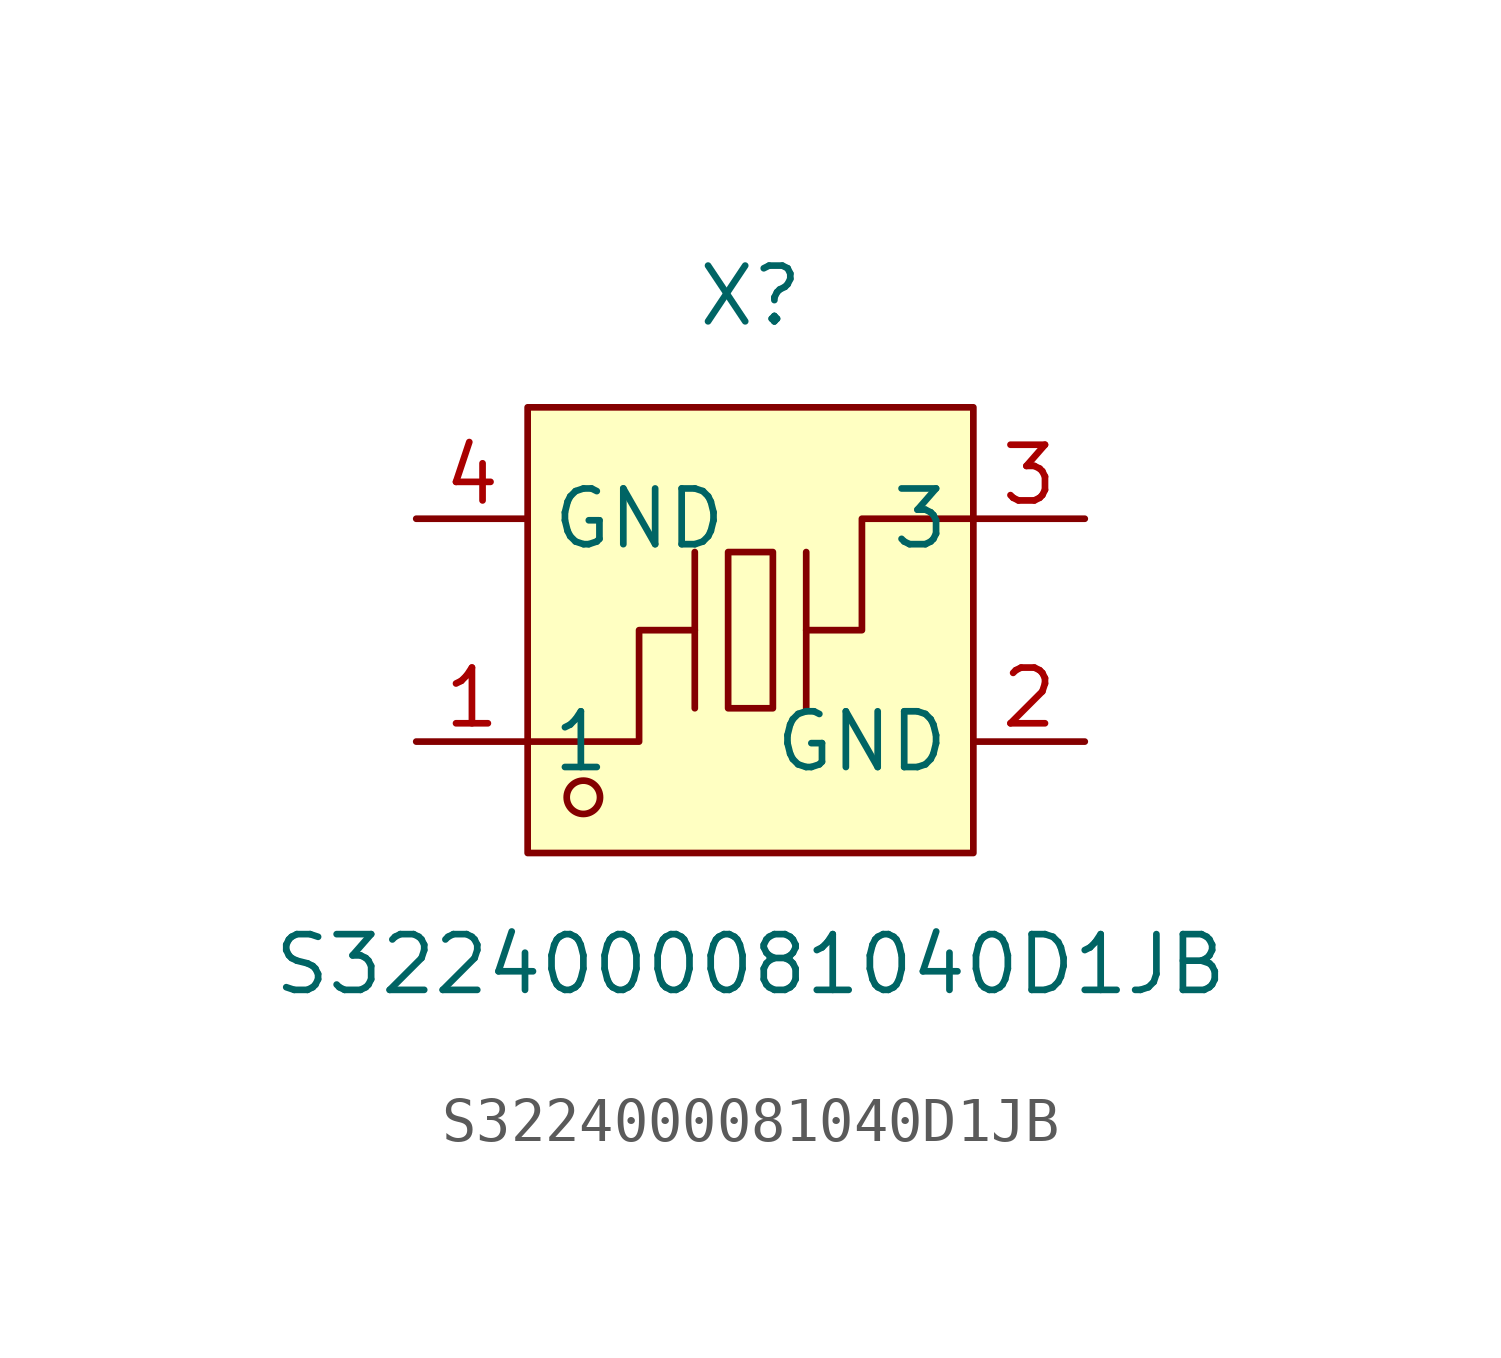
<source format=kicad_sym>
(kicad_symbol_lib
  (version 20211014)
  (generator https://github.com/uPesy/easyeda2kicad.py)
  (symbol "S3224000081040D1JB"
    (property "Reference" "X"
      (at 0 7.62 0)
      (effects (font (size 1.27 1.27))))
    (property "Value" "S3224000081040D1JB"
      (at 0 -7.62 0)
      (effects (font (size 1.27 1.27))))
    (symbol "S3224000081040D1JB_0_1"
      (rectangle (start -5.08 5.08) (end 5.08 -5.08) (stroke (width 0) (type default) (color 0 0 0 0)) (fill (type background)))
      (rectangle (start -0.51 1.78) (end 0.51 -1.78) (stroke (width 0) (type default) (color 0 0 0 0)) (fill (type background)))
      (circle (center -3.81 -3.81) (radius 0.38) (stroke (width 0) (type default) (color 0 0 0 0)) (fill (type none)))
      (polyline (pts (xy -1.27 -1.78) (xy -1.27 1.78)) (stroke (width 0) (type default) (color 0 0 0 0)) (fill (type none)))
      (polyline (pts (xy 1.27 -1.78) (xy 1.27 1.78)) (stroke (width 0) (type default) (color 0 0 0 0)) (fill (type none)))
      (polyline (pts (xy -5.08 -2.54) (xy -2.54 -2.54) (xy -2.54 -0.00) (xy -1.27 -0.00)) (stroke (width 0) (type default) (color 0 0 0 0)) (fill (type none)))
      (polyline (pts (xy 5.08 2.54) (xy 2.54 2.54) (xy 2.54 -0.00) (xy 1.27 -0.00)) (stroke (width 0) (type default) (color 0 0 0 0)) (fill (type none)))
      (pin input line (at -7.62 -2.54 0) (length 2.54) (name "1" (effects (font (size 1.27 1.27)))) (number "1" (effects (font (size 1.27 1.27)))))
      (pin input line (at 7.62 2.54 180) (length 2.54) (name "3" (effects (font (size 1.27 1.27)))) (number "3" (effects (font (size 1.27 1.27)))))
      (pin input line (at -7.62 2.54 0) (length 2.54) (name "GND" (effects (font (size 1.27 1.27)))) (number "4" (effects (font (size 1.27 1.27)))))
      (pin input line (at 7.62 -2.54 180) (length 2.54) (name "GND" (effects (font (size 1.27 1.27)))) (number "2" (effects (font (size 1.27 1.27))))))))
</source>
